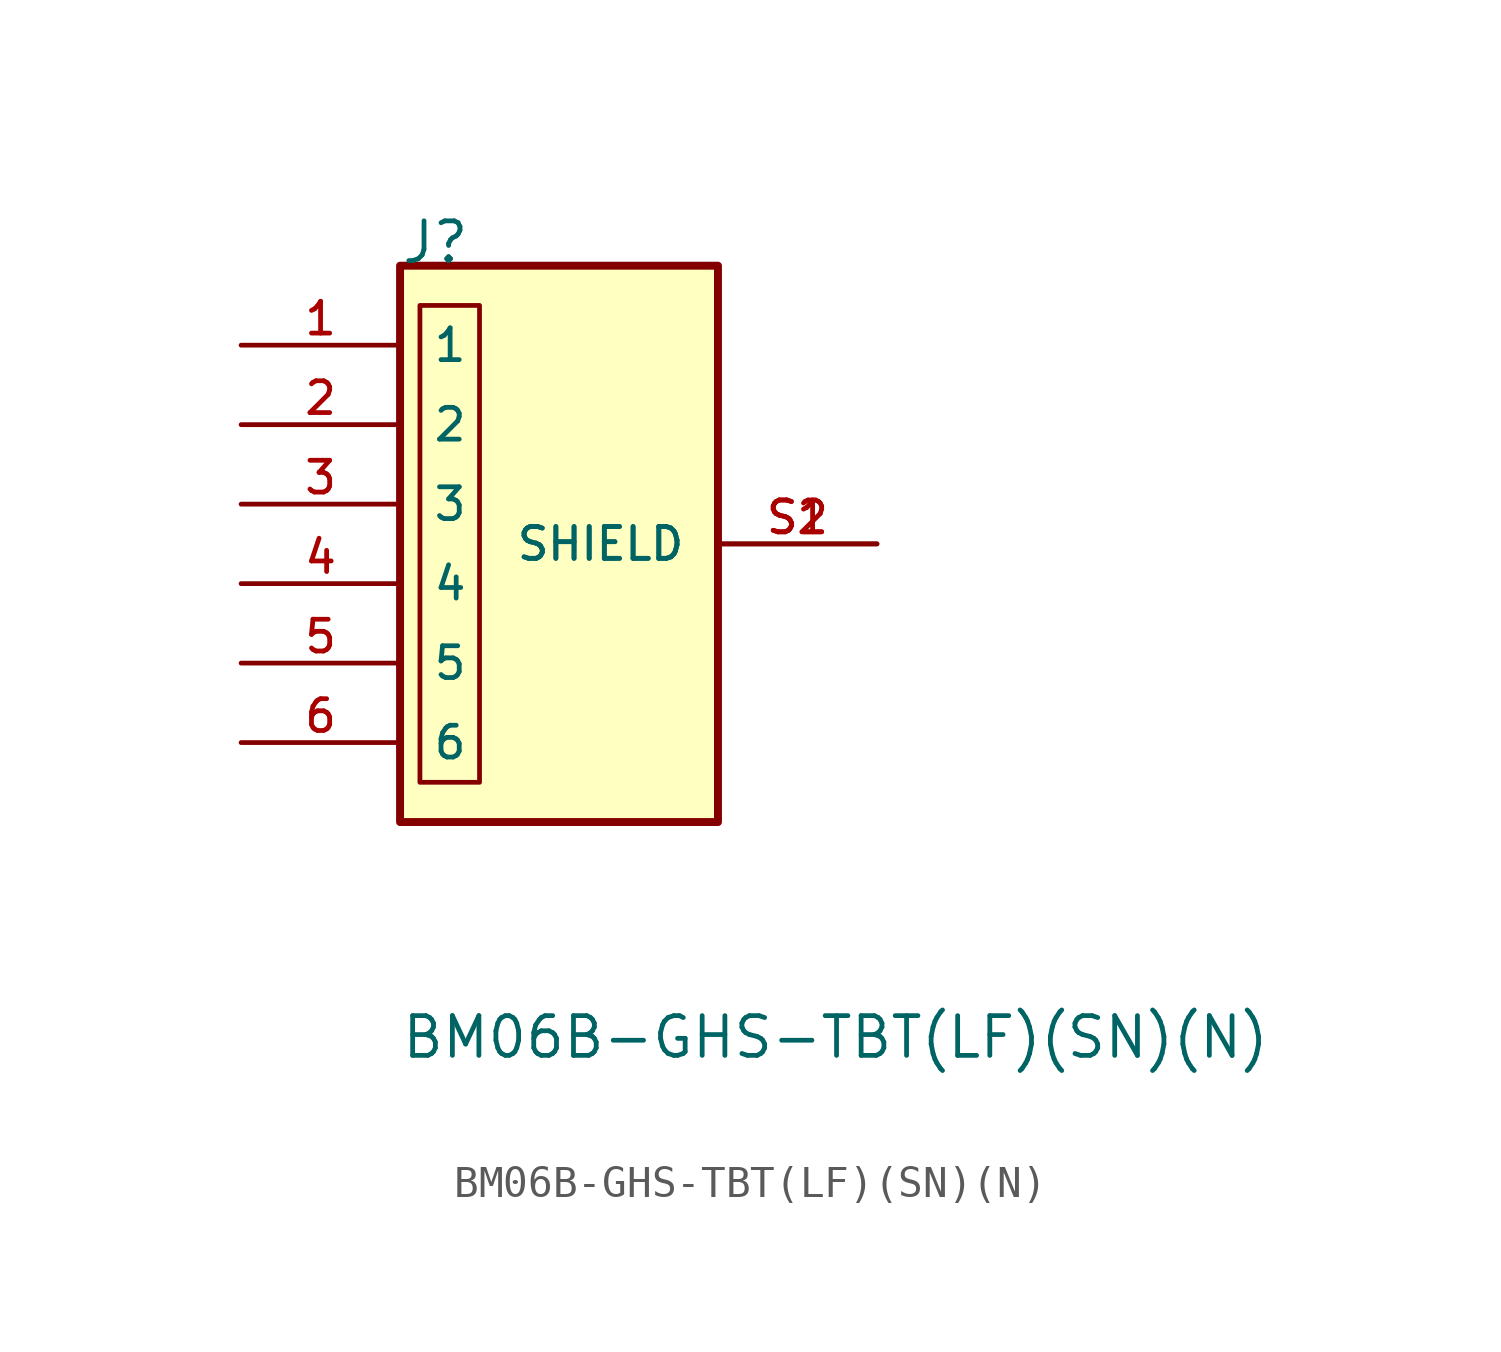
<source format=kicad_sym>
(kicad_symbol_lib
  (version 20211014)
  (generator kicad_symbol_editor)
  (symbol "BM06B-GHS-TBT(LF)(SN)(N)"
    (pin_names
      (offset 1.016))
    (property "Reference" "J"
      (at -5.08 10.16 0)
      (effects (font (size 1.27 1.27)) (justify left bottom)))
    (property "Value" "BM06B-GHS-TBT(LF)(SN)(N)"
      (at -5.08 -15.24 0)
      (effects (font (size 1.27 1.27)) (justify left bottom)))
    (property "ki_locked" ""
      (at 0 0 0)
      (effects (font (size 1.27 1.27))))
    (symbol "BM06B-GHS-TBT(LF)(SN)(N)_0_0"
      (rectangle (start -5.08 10.16) (end 5.08 -7.62) (stroke (width 0.254) (type default) (color 0 0 0 0)) (fill (type background)))
      (pin passive line (at -10.16 7.62 0) (length 5.08) (name "1" (effects (font (size 1.016 1.016)))) (number "1" (effects (font (size 1.016 1.016)))))
      (pin passive line (at -10.16 5.08 0) (length 5.08) (name "2" (effects (font (size 1.016 1.016)))) (number "2" (effects (font (size 1.016 1.016)))))
      (pin passive line (at -10.16 2.54 0) (length 5.08) (name "3" (effects (font (size 1.016 1.016)))) (number "3" (effects (font (size 1.016 1.016)))))
      (pin passive line (at -10.16 0 0) (length 5.08) (name "4" (effects (font (size 1.016 1.016)))) (number "4" (effects (font (size 1.016 1.016)))))
      (pin passive line (at -10.16 -2.54 0) (length 5.08) (name "5" (effects (font (size 1.016 1.016)))) (number "5" (effects (font (size 1.016 1.016)))))
      (pin passive line (at -10.16 -5.08 0) (length 5.08) (name "6" (effects (font (size 1.016 1.016)))) (number "6" (effects (font (size 1.016 1.016)))))
      (pin passive line (at 10.16 1.27 180) (length 5.08) (name "SHIELD" (effects (font (size 1.016 1.016)))) (number "S1" (effects (font (size 1.016 1.016)))))
      (pin passive line (at 10.16 1.27 180) (length 5.08) (name "SHIELD" (effects (font (size 1.016 1.016)))) (number "S2" (effects (font (size 1.016 1.016))))))
    (symbol "BM06B-GHS-TBT(LF)(SN)(N)_1_1"
      (rectangle (start -4.445 8.89) (end -2.54 -6.35) (stroke (width 0.152) (type default) (color 0 0 0 0)) (fill (type none))))))
</source>
